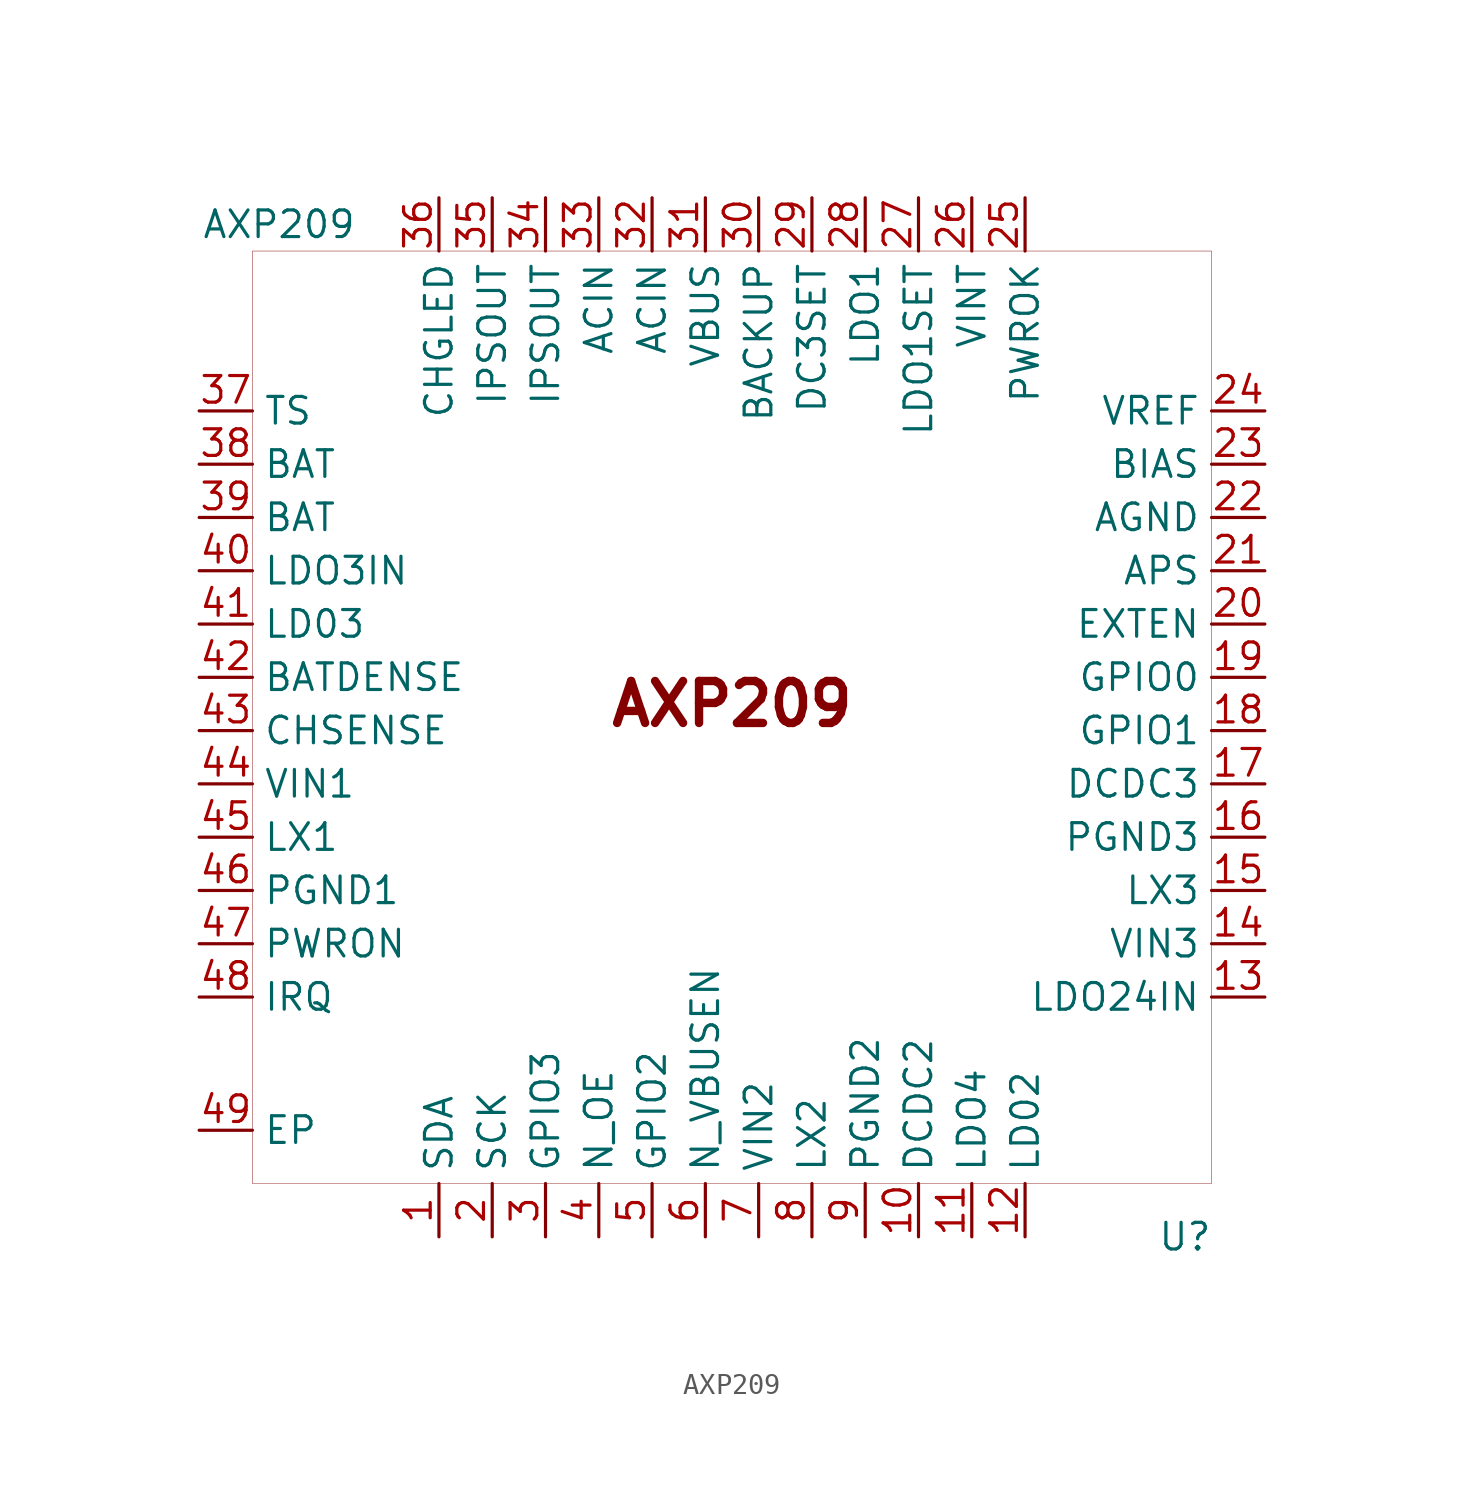
<source format=kicad_sym>
(kicad_symbol_lib
  (version 20201005)
  (generator kicad_symbol_editor)
  (symbol "AXP209:AXP209"
    (property "Reference" "U"
      (at 21.59 -25.4 0)
      (effects (font (size 1.27 1.27))))
    (property "Value" "AXP209"
      (at -21.59 22.86 0)
      (effects (font (size 1.27 1.27))))
    (symbol "AXP209_0_0"
      (text "AXP209" (at 0 0 0) (effects (font (size 2 2) bold))))
    (symbol "AXP209_0_1"
      (rectangle (start -22.86 21.59) (end 22.86 -22.86) (stroke (width 0.001)) (fill (type none))))
    (symbol "AXP209_1_1"
      (pin open_collector line (at -13.97 -25.4 90) (length 2.54) (name "SDA" (effects (font (size 1.27 1.27)))) (number "1" (effects (font (size 1.27 1.27)))))
      (pin input line (at -11.43 -25.4 90) (length 2.54) (name "SCK" (effects (font (size 1.27 1.27)))) (number "2" (effects (font (size 1.27 1.27)))))
      (pin bidirectional line (at -8.89 -25.4 90) (length 2.54) (name "GPIO3" (effects (font (size 1.27 1.27)))) (number "3" (effects (font (size 1.27 1.27)))))
      (pin input line (at -6.35 -25.4 90) (length 2.54) (name "N_OE" (effects (font (size 1.27 1.27)))) (number "4" (effects (font (size 1.27 1.27)))))
      (pin bidirectional line (at -3.81 -25.4 90) (length 2.54) (name "GPIO2" (effects (font (size 1.27 1.27)))) (number "5" (effects (font (size 1.27 1.27)))))
      (pin input line (at -1.27 -25.4 90) (length 2.54) (name "N_VBUSEN" (effects (font (size 1.27 1.27)))) (number "6" (effects (font (size 1.27 1.27)))))
      (pin power_in line (at 1.27 -25.4 90) (length 2.54) (name "VIN2" (effects (font (size 1.27 1.27)))) (number "7" (effects (font (size 1.27 1.27)))))
      (pin bidirectional line (at 3.81 -25.4 90) (length 2.54) (name "LX2" (effects (font (size 1.27 1.27)))) (number "8" (effects (font (size 1.27 1.27)))))
      (pin power_in line (at 6.35 -25.4 90) (length 2.54) (name "PGND2" (effects (font (size 1.27 1.27)))) (number "9" (effects (font (size 1.27 1.27)))))
      (pin power_in line (at 8.89 -25.4 90) (length 2.54) (name "DCDC2" (effects (font (size 1.27 1.27)))) (number "10" (effects (font (size 1.27 1.27)))))
      (pin power_out line (at 11.43 -25.4 90) (length 2.54) (name "LDO4" (effects (font (size 1.27 1.27)))) (number "11" (effects (font (size 1.27 1.27)))))
      (pin power_out line (at 13.97 -25.4 90) (length 2.54) (name "LD02" (effects (font (size 1.27 1.27)))) (number "12" (effects (font (size 1.27 1.27)))))
      (pin power_out line (at 25.4 -13.97 180) (length 2.54) (name "LDO24IN" (effects (font (size 1.27 1.27)))) (number "13" (effects (font (size 1.27 1.27)))))
      (pin power_out line (at 25.4 -11.43 180) (length 2.54) (name "VIN3" (effects (font (size 1.27 1.27)))) (number "14" (effects (font (size 1.27 1.27)))))
      (pin power_out line (at 25.4 -8.89 180) (length 2.54) (name "LX3" (effects (font (size 1.27 1.27)))) (number "15" (effects (font (size 1.27 1.27)))))
      (pin power_out line (at 25.4 -6.35 180) (length 2.54) (name "PGND3" (effects (font (size 1.27 1.27)))) (number "16" (effects (font (size 1.27 1.27)))))
      (pin power_out line (at 25.4 -3.81 180) (length 2.54) (name "DCDC3" (effects (font (size 1.27 1.27)))) (number "17" (effects (font (size 1.27 1.27)))))
      (pin power_out line (at 25.4 -1.27 180) (length 2.54) (name "GPIO1" (effects (font (size 1.27 1.27)))) (number "18" (effects (font (size 1.27 1.27)))))
      (pin power_out line (at 25.4 1.27 180) (length 2.54) (name "GPIO0" (effects (font (size 1.27 1.27)))) (number "19" (effects (font (size 1.27 1.27)))))
      (pin power_out line (at 25.4 3.81 180) (length 2.54) (name "EXTEN" (effects (font (size 1.27 1.27)))) (number "20" (effects (font (size 1.27 1.27)))))
      (pin power_out line (at 25.4 6.35 180) (length 2.54) (name "APS" (effects (font (size 1.27 1.27)))) (number "21" (effects (font (size 1.27 1.27)))))
      (pin power_out line (at 25.4 8.89 180) (length 2.54) (name "AGND" (effects (font (size 1.27 1.27)))) (number "22" (effects (font (size 1.27 1.27)))))
      (pin power_out line (at 25.4 11.43 180) (length 2.54) (name "BIAS" (effects (font (size 1.27 1.27)))) (number "23" (effects (font (size 1.27 1.27)))))
      (pin power_out line (at 25.4 13.97 180) (length 2.54) (name "VREF" (effects (font (size 1.27 1.27)))) (number "24" (effects (font (size 1.27 1.27)))))
      (pin power_out line (at 13.97 24.13 270) (length 2.54) (name "PWROK" (effects (font (size 1.27 1.27)))) (number "25" (effects (font (size 1.27 1.27)))))
      (pin power_out line (at 11.43 24.13 270) (length 2.54) (name "VINT" (effects (font (size 1.27 1.27)))) (number "26" (effects (font (size 1.27 1.27)))))
      (pin power_out line (at 8.89 24.13 270) (length 2.54) (name "LDO1SET" (effects (font (size 1.27 1.27)))) (number "27" (effects (font (size 1.27 1.27)))))
      (pin power_out line (at 6.35 24.13 270) (length 2.54) (name "LDO1" (effects (font (size 1.27 1.27)))) (number "28" (effects (font (size 1.27 1.27)))))
      (pin power_out line (at 3.81 24.13 270) (length 2.54) (name "DC3SET" (effects (font (size 1.27 1.27)))) (number "29" (effects (font (size 1.27 1.27)))))
      (pin power_out line (at 1.27 24.13 270) (length 2.54) (name "BACKUP" (effects (font (size 1.27 1.27)))) (number "30" (effects (font (size 1.27 1.27)))))
      (pin power_out line (at -1.27 24.13 270) (length 2.54) (name "VBUS" (effects (font (size 1.27 1.27)))) (number "31" (effects (font (size 1.27 1.27)))))
      (pin power_out line (at -3.81 24.13 270) (length 2.54) (name "ACIN" (effects (font (size 1.27 1.27)))) (number "32" (effects (font (size 1.27 1.27)))))
      (pin power_out line (at -6.35 24.13 270) (length 2.54) (name "ACIN" (effects (font (size 1.27 1.27)))) (number "33" (effects (font (size 1.27 1.27)))))
      (pin power_out line (at -8.89 24.13 270) (length 2.54) (name "IPSOUT" (effects (font (size 1.27 1.27)))) (number "34" (effects (font (size 1.27 1.27)))))
      (pin power_out line (at -11.43 24.13 270) (length 2.54) (name "IPSOUT" (effects (font (size 1.27 1.27)))) (number "35" (effects (font (size 1.27 1.27)))))
      (pin power_out line (at -13.97 24.13 270) (length 2.54) (name "CHGLED" (effects (font (size 1.27 1.27)))) (number "36" (effects (font (size 1.27 1.27)))))
      (pin power_out line (at -25.4 13.97 0) (length 2.54) (name "TS" (effects (font (size 1.27 1.27)))) (number "37" (effects (font (size 1.27 1.27)))))
      (pin power_out line (at -25.4 11.43 0) (length 2.54) (name "BAT" (effects (font (size 1.27 1.27)))) (number "38" (effects (font (size 1.27 1.27)))))
      (pin power_out line (at -25.4 8.89 0) (length 2.54) (name "BAT" (effects (font (size 1.27 1.27)))) (number "39" (effects (font (size 1.27 1.27)))))
      (pin power_out line (at -25.4 6.35 0) (length 2.54) (name "LDO3IN" (effects (font (size 1.27 1.27)))) (number "40" (effects (font (size 1.27 1.27)))))
      (pin power_out line (at -25.4 3.81 0) (length 2.54) (name "LD03" (effects (font (size 1.27 1.27)))) (number "41" (effects (font (size 1.27 1.27)))))
      (pin power_out line (at -25.4 1.27 0) (length 2.54) (name "BATDENSE" (effects (font (size 1.27 1.27)))) (number "42" (effects (font (size 1.27 1.27)))))
      (pin power_out line (at -25.4 -1.27 0) (length 2.54) (name "CHSENSE" (effects (font (size 1.27 1.27)))) (number "43" (effects (font (size 1.27 1.27)))))
      (pin power_out line (at -25.4 -3.81 0) (length 2.54) (name "VIN1" (effects (font (size 1.27 1.27)))) (number "44" (effects (font (size 1.27 1.27)))))
      (pin power_out line (at -25.4 -6.35 0) (length 2.54) (name "LX1" (effects (font (size 1.27 1.27)))) (number "45" (effects (font (size 1.27 1.27)))))
      (pin power_out line (at -25.4 -8.89 0) (length 2.54) (name "PGND1" (effects (font (size 1.27 1.27)))) (number "46" (effects (font (size 1.27 1.27)))))
      (pin power_out line (at -25.4 -11.43 0) (length 2.54) (name "PWRON" (effects (font (size 1.27 1.27)))) (number "47" (effects (font (size 1.27 1.27)))))
      (pin power_out line (at -25.4 -13.97 0) (length 2.54) (name "IRQ" (effects (font (size 1.27 1.27)))) (number "48" (effects (font (size 1.27 1.27)))))
      (pin power_out line (at -25.4 -20.32 0) (length 2.54) (name "EP" (effects (font (size 1.27 1.27)))) (number "49" (effects (font (size 1.27 1.27))))))))
</source>
